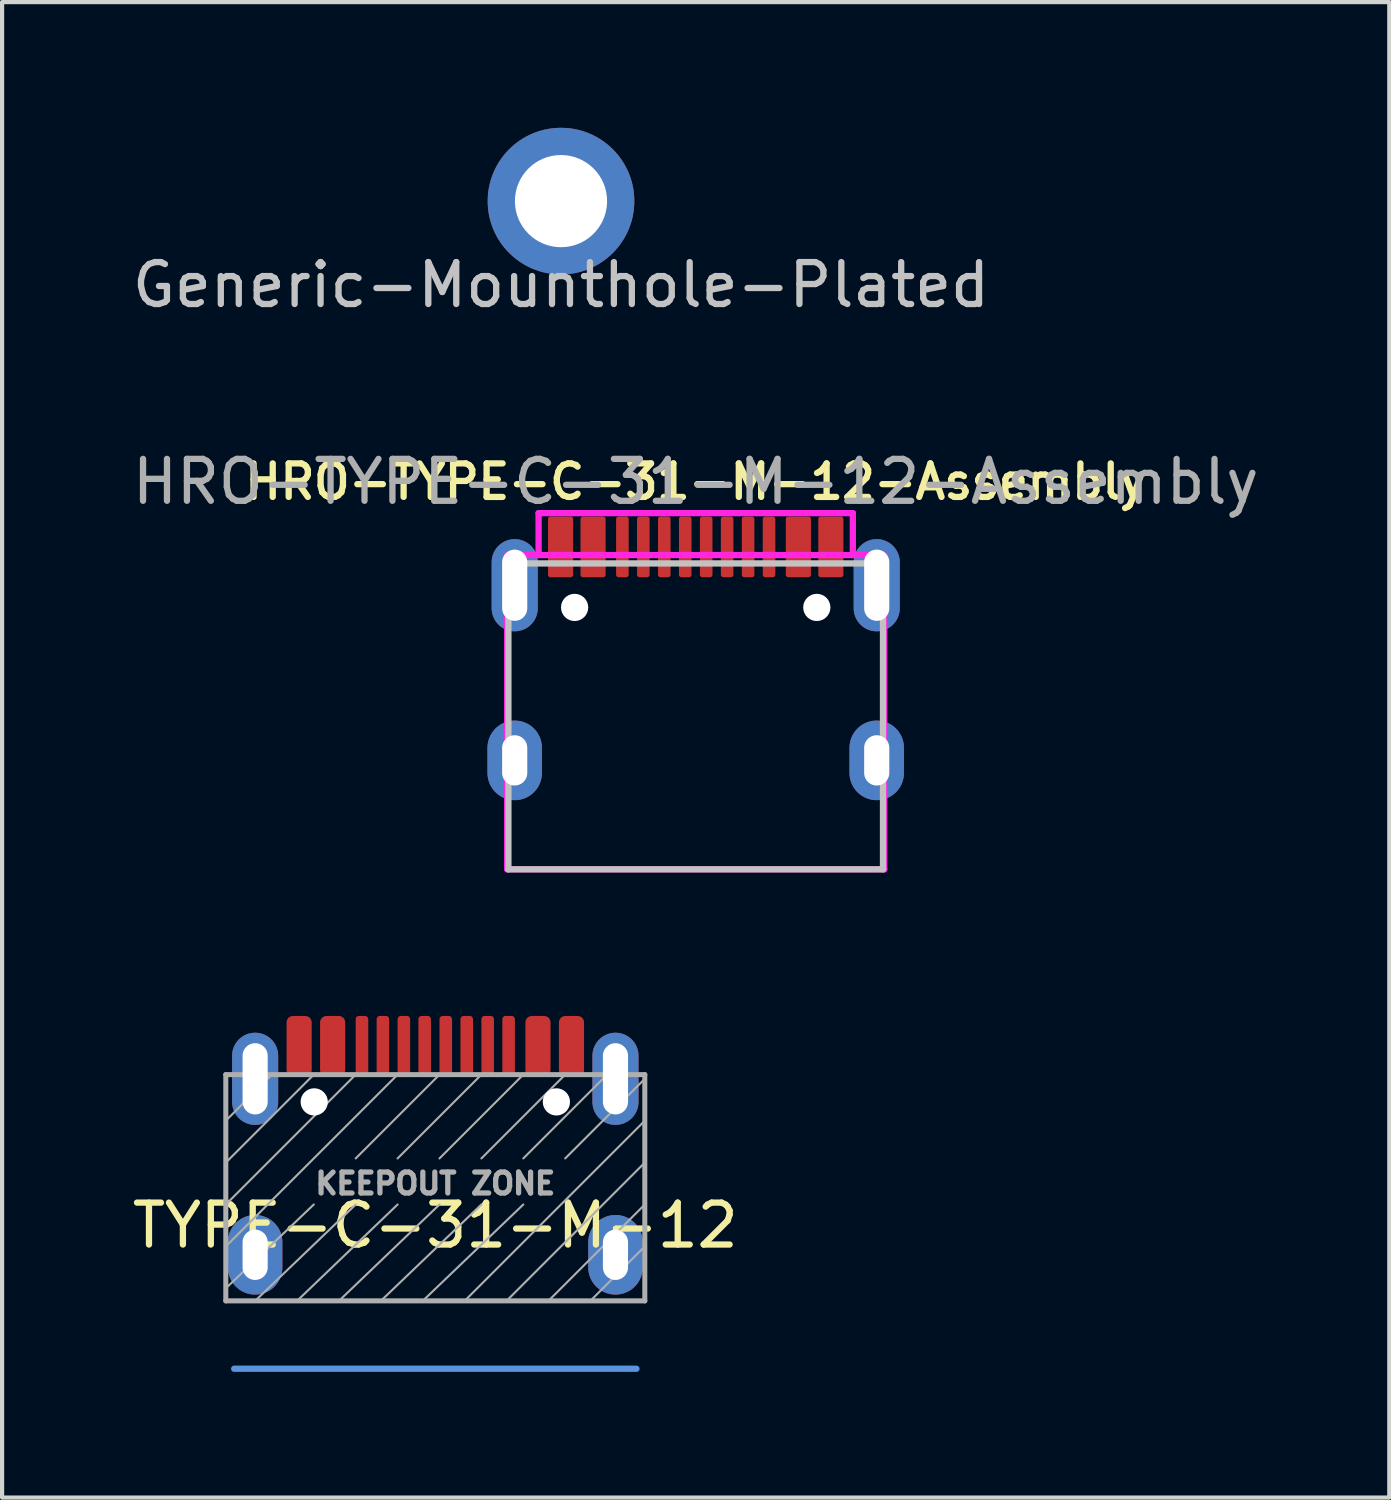
<source format=kicad_pcb>
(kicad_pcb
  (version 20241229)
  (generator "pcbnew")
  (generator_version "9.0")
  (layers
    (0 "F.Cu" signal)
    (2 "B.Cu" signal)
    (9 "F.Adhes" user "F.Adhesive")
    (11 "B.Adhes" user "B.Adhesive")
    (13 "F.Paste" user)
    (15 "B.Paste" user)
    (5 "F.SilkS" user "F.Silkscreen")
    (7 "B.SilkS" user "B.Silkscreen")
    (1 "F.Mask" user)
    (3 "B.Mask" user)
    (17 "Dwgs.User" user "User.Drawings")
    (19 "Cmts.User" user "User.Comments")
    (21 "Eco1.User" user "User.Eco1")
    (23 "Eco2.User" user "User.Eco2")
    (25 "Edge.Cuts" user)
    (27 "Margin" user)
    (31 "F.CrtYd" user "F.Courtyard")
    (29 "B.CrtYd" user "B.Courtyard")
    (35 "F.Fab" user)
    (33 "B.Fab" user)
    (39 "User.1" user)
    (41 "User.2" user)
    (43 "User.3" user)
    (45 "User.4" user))
  (footprint "Generic-Mounthole-Plated"
    (layer "F.Cu")
    (at 10.339 1.75)
    (property "Reference" "Generic-Mounthole-Plated" (at 0 2 0) (layer "Dwgs.User") (effects (font (size 1 1) (thickness 0.15))))
    (attr exclude_from_pos_files exclude_from_bom)
    (pad "1" thru_hole circle (at 0 0) (size 3.5 3.5) (drill 2.2) (layers "*.Cu" "*.Mask")))
  (footprint "TYPE-C-31-M-12"
    (layer "F.Cu")
    (at 7.339 21.197)
    (property "Reference" "TYPE-C-31-M-12" (at 0 5 180) (layer "F.SilkS") (effects (font (size 1 1) (thickness 0.15))))
    (attr through_hole)
    (fp_line (start 4.8 8.42) (end -4.8 8.42) (stroke (width 0.15) (type solid)) (layer "Cmts.User"))
    (fp_line (start -5 1.4) (end -5 6.8) (stroke (width 0.12) (type solid)) (layer "F.Fab"))
    (fp_line (start -5 2.5) (end -3.9 1.4) (stroke (width 0.05) (type solid)) (layer "F.Fab"))
    (fp_line (start -5 3.5) (end -2.9 1.4) (stroke (width 0.05) (type solid)) (layer "F.Fab"))
    (fp_line (start -5 4.5) (end -1.9 1.4) (stroke (width 0.05) (type solid)) (layer "F.Fab"))
    (fp_line (start -5 5.5) (end -0.9 1.4) (stroke (width 0.05) (type solid)) (layer "F.Fab"))
    (fp_line (start -5 6.5) (end -2.9 4.5) (stroke (width 0.05) (type solid)) (layer "F.Fab"))
    (fp_line (start -5 6.8) (end 5 6.8) (stroke (width 0.12) (type solid)) (layer "F.Fab"))
    (fp_line (start -4.3 6.8) (end -1.9 4.5) (stroke (width 0.05) (type solid)) (layer "F.Fab"))
    (fp_line (start -3.3 6.8) (end -0.9 4.5) (stroke (width 0.05) (type solid)) (layer "F.Fab"))
    (fp_line (start -2.3 6.8) (end 0.1 4.5) (stroke (width 0.05) (type solid)) (layer "F.Fab"))
    (fp_line (start -1.9 3.4) (end 0.1 1.4) (stroke (width 0.05) (type solid)) (layer "F.Fab"))
    (fp_line (start -1.3 6.8) (end 1.1 4.5) (stroke (width 0.05) (type solid)) (layer "F.Fab"))
    (fp_line (start -0.9 3.4) (end 1.1 1.4) (stroke (width 0.05) (type solid)) (layer "F.Fab"))
    (fp_line (start -0.3 6.8) (end 2.1 4.5) (stroke (width 0.05) (type solid)) (layer "F.Fab"))
    (fp_line (start 0.1 3.4) (end 2.1 1.4) (stroke (width 0.05) (type solid)) (layer "F.Fab"))
    (fp_line (start 0.7 6.8) (end 5 2.5) (stroke (width 0.05) (type solid)) (layer "F.Fab"))
    (fp_line (start 1.1 3.4) (end 3.1 1.4) (stroke (width 0.05) (type solid)) (layer "F.Fab"))
    (fp_line (start 1.7 6.8) (end 5 3.5) (stroke (width 0.05) (type solid)) (layer "F.Fab"))
    (fp_line (start 2.1 3.4) (end 4.1 1.4) (stroke (width 0.05) (type solid)) (layer "F.Fab"))
    (fp_line (start 2.7 6.8) (end 5 4.5) (stroke (width 0.05) (type solid)) (layer "F.Fab"))
    (fp_line (start 3.1 3.4) (end 5 1.5) (stroke (width 0.05) (type solid)) (layer "F.Fab"))
    (fp_line (start 3.7 6.8) (end 5 5.5) (stroke (width 0.05) (type solid)) (layer "F.Fab"))
    (fp_line (start 5 1.4) (end -5 1.4) (stroke (width 0.12) (type solid)) (layer "F.Fab"))
    (fp_line (start 5 6.8) (end 5 1.4) (stroke (width 0.12) (type solid)) (layer "F.Fab"))
    (fp_text user "KEEPOUT ZONE" (at 0 4 180) (layer "F.Fab") (effects (font (size 0.5 0.5) (thickness 0.125))))
    (pad "" np_thru_hole circle (at -2.89 2.051) (size 0.65 0.65) (drill 0.65) (layers "*.Cu" "*.Mask"))
    (pad "" np_thru_hole circle (at 2.89 2.051) (size 0.65 0.65) (drill 0.65) (layers "*.Cu" "*.Mask"))
    (pad "A1" smd roundrect (at -3.25 1.275) (size 0.6 1.45) (drill (offset 0 -0.55)) (layers "F.Cu" "F.Mask" "F.Paste") (roundrect_rratio 0.25))
    (pad "A4" smd roundrect (at -2.45 1.275) (size 0.6 1.45) (drill (offset 0 -0.55)) (layers "F.Cu" "F.Mask" "F.Paste") (roundrect_rratio 0.25))
    (pad "A5" smd roundrect (at -1.25 1.275) (size 0.3 1.45) (drill (offset 0 -0.55)) (layers "F.Cu" "F.Mask" "F.Paste") (roundrect_rratio 0.25))
    (pad "A6" smd roundrect (at -0.254 1.275) (size 0.3 1.45) (drill (offset 0 -0.55)) (layers "F.Cu" "F.Mask" "F.Paste") (roundrect_rratio 0.25))
    (pad "A7" smd roundrect (at 0.25 1.275) (size 0.3 1.45) (drill (offset 0 -0.55)) (layers "F.Cu" "F.Mask" "F.Paste") (roundrect_rratio 0.25))
    (pad "A8" smd roundrect (at 1.25 1.275) (size 0.3 1.45) (drill (offset 0 -0.55)) (layers "F.Cu" "F.Mask" "F.Paste") (roundrect_rratio 0.25))
    (pad "B1" smd roundrect (at 3.25 1.275) (size 0.6 1.45) (drill (offset 0 -0.55)) (layers "F.Cu" "F.Mask" "F.Paste") (roundrect_rratio 0.25))
    (pad "B4" smd roundrect (at 2.45 1.275) (size 0.6 1.45) (drill (offset 0 -0.55)) (layers "F.Cu" "F.Mask" "F.Paste") (roundrect_rratio 0.25))
    (pad "B5" smd roundrect (at 1.75 1.275) (size 0.3 1.45) (drill (offset 0 -0.55)) (layers "F.Cu" "F.Mask" "F.Paste") (roundrect_rratio 0.25))
    (pad "B6" smd roundrect (at 0.75 1.275) (size 0.3 1.45) (drill (offset 0 -0.55)) (layers "F.Cu" "F.Mask" "F.Paste") (roundrect_rratio 0.25))
    (pad "B7" smd roundrect (at -0.75 1.275) (size 0.3 1.45) (drill (offset 0 -0.55)) (layers "F.Cu" "F.Mask" "F.Paste") (roundrect_rratio 0.25))
    (pad "B8" smd roundrect (at -1.75 1.275) (size 0.3 1.45) (drill (offset 0 -0.55)) (layers "F.Cu" "F.Mask" "F.Paste") (roundrect_rratio 0.25))
    (pad "S" thru_hole oval (at -4.3 1.5) (size 1.1 2.2) (drill oval 0.6 1.7) (layers "*.Cu" "*.Mask"))
    (pad "S" thru_hole oval (at -4.3 5.7) (size 1.3 1.9) (drill oval 0.6 1.2) (layers "*.Cu" "*.Mask"))
    (pad "S" thru_hole oval (at 4.3 1.5) (size 1.1 2.2) (drill oval 0.6 1.7) (layers "*.Cu" "*.Mask"))
    (pad "S" thru_hole oval (at 4.3 5.7) (size 1.3 1.9) (drill oval 0.6 1.2) (layers "*.Cu" "*.Mask")))
  (footprint "HRO-TYPE-C-31-M-12-Assembly"
    (layer "F.Cu")
    (at 13.554 17.697)
    (property "Reference" "HRO-TYPE-C-31-M-12-Assembly" (at 0 -9.25 0) (layer "F.SilkS") (effects (font (size 0.8 0.8) (thickness 0.15))))
    (attr smd)
    (fp_line (start -4.47 -7.3) (end 4.47 -7.3) (stroke (width 0.15) (type solid)) (layer "Dwgs.User"))
    (fp_line (start -4.47 0) (end -4.47 -7.3) (stroke (width 0.15) (type solid)) (layer "Dwgs.User"))
    (fp_line (start -4.47 0) (end 4.47 0) (stroke (width 0.15) (type solid)) (layer "Dwgs.User"))
    (fp_line (start 4.47 0) (end 4.47 -7.3) (stroke (width 0.15) (type solid)) (layer "Dwgs.User"))
    (fp_line (start -4.5 -7.5) (end 4.5 -7.5) (stroke (width 0.15) (type solid)) (layer "F.CrtYd"))
    (fp_line (start -4.5 0) (end -4.5 -7.5) (stroke (width 0.15) (type solid)) (layer "F.CrtYd"))
    (fp_line (start -3.75 -8.5) (end 3.75 -8.5) (stroke (width 0.15) (type solid)) (layer "F.CrtYd"))
    (fp_line (start -3.75 -7.5) (end -3.75 -8.5) (stroke (width 0.15) (type solid)) (layer "F.CrtYd"))
    (fp_line (start 3.75 -8.5) (end 3.75 -7.5) (stroke (width 0.15) (type solid)) (layer "F.CrtYd"))
    (fp_line (start 4.5 -7.5) (end 4.5 0) (stroke (width 0.15) (type solid)) (layer "F.CrtYd"))
    (fp_line (start 4.5 0) (end -4.5 0) (stroke (width 0.15) (type solid)) (layer "F.CrtYd"))
    (fp_text user "${REFERENCE}" (at 0 -9.25 0) (layer "F.Fab") (effects (font (size 1 1) (thickness 0.15))))
    (pad "" np_thru_hole circle (at -2.89 -6.25) (size 0.65 0.65) (drill 0.65) (layers "*.Cu" "*.Mask"))
    (pad "" np_thru_hole circle (at 2.89 -6.25) (size 0.65 0.65) (drill 0.65) (layers "*.Cu" "*.Mask"))
    (pad "A1" smd roundrect (at -3.225 -7.695) (size 0.6 1.45) (layers "F.Cu" "F.Mask" "F.Paste") (roundrect_rratio 0.1))
    (pad "A4" smd roundrect (at -2.45 -7.695) (size 0.6 1.45) (layers "F.Cu" "F.Mask" "F.Paste") (roundrect_rratio 0.1))
    (pad "A5" smd roundrect (at -1.25 -7.695) (size 0.3 1.45) (layers "F.Cu" "F.Mask" "F.Paste") (roundrect_rratio 0.2))
    (pad "A6" smd roundrect (at -0.25 -7.695) (size 0.3 1.45) (layers "F.Cu" "F.Mask" "F.Paste") (roundrect_rratio 0.2))
    (pad "A7" smd roundrect (at 0.25 -7.695) (size 0.3 1.45) (layers "F.Cu" "F.Mask" "F.Paste") (roundrect_rratio 0.2))
    (pad "A8" smd roundrect (at 1.25 -7.695) (size 0.3 1.45) (layers "F.Cu" "F.Mask" "F.Paste") (roundrect_rratio 0.2))
    (pad "B1" smd roundrect (at 3.225 -7.695) (size 0.6 1.45) (layers "F.Cu" "F.Mask" "F.Paste") (roundrect_rratio 0.1))
    (pad "B4" smd roundrect (at 2.45 -7.695) (size 0.6 1.45) (layers "F.Cu" "F.Mask" "F.Paste") (roundrect_rratio 0.1))
    (pad "B5" smd roundrect (at 1.75 -7.695) (size 0.3 1.45) (layers "F.Cu" "F.Mask" "F.Paste") (roundrect_rratio 0.2))
    (pad "B6" smd roundrect (at 0.75 -7.695) (size 0.3 1.45) (layers "F.Cu" "F.Mask" "F.Paste") (roundrect_rratio 0.2))
    (pad "B7" smd roundrect (at -0.75 -7.695) (size 0.3 1.45) (layers "F.Cu" "F.Mask" "F.Paste") (roundrect_rratio 0.2))
    (pad "B8" smd roundrect (at -1.75 -7.695) (size 0.3 1.45) (layers "F.Cu" "F.Mask" "F.Paste") (roundrect_rratio 0.2))
    (pad "S1" thru_hole oval (at -4.32 -6.78) (size 1.1 2.2) (drill oval 0.6 1.7) (layers "*.Cu" "*.Mask" "F.Paste"))
    (pad "S1" thru_hole oval (at -4.32 -2.6) (size 1.3 1.9) (drill oval 0.6 1.2) (layers "*.Cu" "*.Mask" "F.Paste"))
    (pad "S1" thru_hole oval (at 4.32 -6.78) (size 1.1 2.2) (drill oval 0.6 1.7) (layers "*.Cu" "*.Mask" "F.Paste"))
    (pad "S1" thru_hole oval (at 4.32 -2.6) (size 1.3 1.9) (drill oval 0.6 1.2) (layers "*.Cu" "*.Mask" "F.Paste")))
  (gr_rect
    (start -3 -3)
    (end 30.107 32.691)
    (stroke (width 0.1) (type default))
    (fill no)
    (layer "Edge.Cuts")))
</source>
